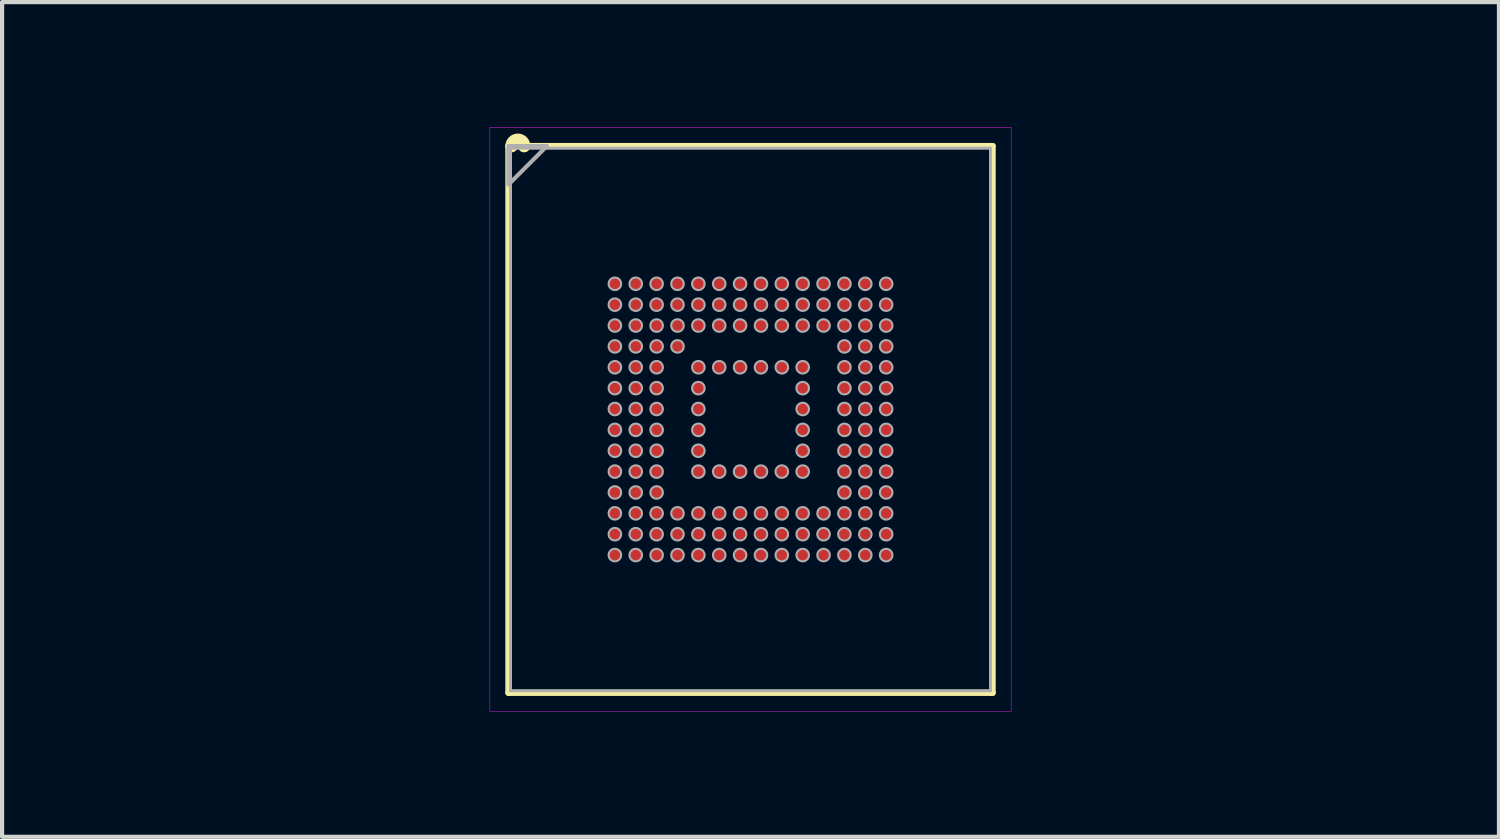
<source format=kicad_pcb>
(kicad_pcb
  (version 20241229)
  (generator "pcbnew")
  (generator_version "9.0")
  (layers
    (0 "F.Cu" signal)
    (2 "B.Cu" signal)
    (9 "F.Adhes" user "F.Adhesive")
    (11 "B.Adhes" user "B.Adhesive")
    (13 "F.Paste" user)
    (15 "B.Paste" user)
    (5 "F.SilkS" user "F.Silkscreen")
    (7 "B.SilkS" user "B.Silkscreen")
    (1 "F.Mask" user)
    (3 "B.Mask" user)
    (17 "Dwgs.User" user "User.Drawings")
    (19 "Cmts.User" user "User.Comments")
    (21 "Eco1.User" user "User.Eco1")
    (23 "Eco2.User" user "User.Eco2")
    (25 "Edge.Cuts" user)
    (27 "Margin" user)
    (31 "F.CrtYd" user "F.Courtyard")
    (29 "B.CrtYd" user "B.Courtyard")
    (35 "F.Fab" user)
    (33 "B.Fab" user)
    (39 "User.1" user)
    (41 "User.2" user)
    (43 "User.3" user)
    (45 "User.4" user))
  (footprint "BGA-153(11.5X13)(EMMC-BA)"
    (layer "F.Cu")
    (at 14.933 7)
    (property "Reference" "BGA-153(11.5X13)(EMMC-BA)" (at 0 0 0) (layer "F.Mask") (effects (font (size 1.275 1.275) (thickness 0.225))))
    (fp_line (start -5.75 -6.5) (end 5.75 -6.5) (stroke (width 0.07) (type solid)) (layer "F.Mask"))
    (fp_line (start -5.75 6.5) (end -5.75 -6.5) (stroke (width 0.07) (type solid)) (layer "F.Mask"))
    (fp_line (start -5.1 -5.8) (end -4.9 -5.6) (stroke (width 0.1) (type solid)) (layer "F.Mask"))
    (fp_line (start -4.9 -5.6) (end -4.7 -5.8) (stroke (width 0.1) (type solid)) (layer "F.Mask"))
    (fp_line (start -4.7 -5.8) (end -5.1 -5.8) (stroke (width 0.1) (type solid)) (layer "F.Mask"))
    (fp_line (start 5.75 -6.5) (end 5.75 6.5) (stroke (width 0.07) (type solid)) (layer "F.Mask"))
    (fp_line (start 5.75 6.5) (end -5.75 6.5) (stroke (width 0.07) (type solid)) (layer "F.Mask"))
    (fp_circle (center -3.25 -3.25) (end -3.148 -3.25) (stroke (width 0.203) (type solid)) (fill no) (layer "F.Mask"))
    (fp_circle (center -3.25 -2.75) (end -3.148 -2.75) (stroke (width 0.203) (type solid)) (fill no) (layer "F.Mask"))
    (fp_circle (center -3.25 -2.25) (end -3.148 -2.25) (stroke (width 0.203) (type solid)) (fill no) (layer "F.Mask"))
    (fp_circle (center -3.25 -1.75) (end -3.148 -1.75) (stroke (width 0.203) (type solid)) (fill no) (layer "F.Mask"))
    (fp_circle (center -3.25 -1.25) (end -3.148 -1.25) (stroke (width 0.203) (type solid)) (fill no) (layer "F.Mask"))
    (fp_circle (center -3.25 -0.75) (end -3.148 -0.75) (stroke (width 0.203) (type solid)) (fill no) (layer "F.Mask"))
    (fp_circle (center -3.25 -0.25) (end -3.148 -0.25) (stroke (width 0.203) (type solid)) (fill no) (layer "F.Mask"))
    (fp_circle (center -3.25 0.25) (end -3.148 0.25) (stroke (width 0.203) (type solid)) (fill no) (layer "F.Mask"))
    (fp_circle (center -3.25 0.75) (end -3.148 0.75) (stroke (width 0.203) (type solid)) (fill no) (layer "F.Mask"))
    (fp_circle (center -3.25 1.25) (end -3.148 1.25) (stroke (width 0.203) (type solid)) (fill no) (layer "F.Mask"))
    (fp_circle (center -3.25 1.75) (end -3.148 1.75) (stroke (width 0.203) (type solid)) (fill no) (layer "F.Mask"))
    (fp_circle (center -3.25 2.25) (end -3.148 2.25) (stroke (width 0.203) (type solid)) (fill no) (layer "F.Mask"))
    (fp_circle (center -3.25 2.75) (end -3.148 2.75) (stroke (width 0.203) (type solid)) (fill no) (layer "F.Mask"))
    (fp_circle (center -3.25 3.25) (end -3.148 3.25) (stroke (width 0.203) (type solid)) (fill no) (layer "F.Mask"))
    (fp_circle (center -2.75 -3.25) (end -2.648 -3.25) (stroke (width 0.203) (type solid)) (fill no) (layer "F.Mask"))
    (fp_circle (center -2.75 -2.75) (end -2.648 -2.75) (stroke (width 0.203) (type solid)) (fill no) (layer "F.Mask"))
    (fp_circle (center -2.75 -2.25) (end -2.648 -2.25) (stroke (width 0.203) (type solid)) (fill no) (layer "F.Mask"))
    (fp_circle (center -2.75 -1.75) (end -2.648 -1.75) (stroke (width 0.203) (type solid)) (fill no) (layer "F.Mask"))
    (fp_circle (center -2.75 -1.25) (end -2.648 -1.25) (stroke (width 0.203) (type solid)) (fill no) (layer "F.Mask"))
    (fp_circle (center -2.75 -0.75) (end -2.648 -0.75) (stroke (width 0.203) (type solid)) (fill no) (layer "F.Mask"))
    (fp_circle (center -2.75 -0.25) (end -2.648 -0.25) (stroke (width 0.203) (type solid)) (fill no) (layer "F.Mask"))
    (fp_circle (center -2.75 0.25) (end -2.648 0.25) (stroke (width 0.203) (type solid)) (fill no) (layer "F.Mask"))
    (fp_circle (center -2.75 0.75) (end -2.648 0.75) (stroke (width 0.203) (type solid)) (fill no) (layer "F.Mask"))
    (fp_circle (center -2.75 1.25) (end -2.648 1.25) (stroke (width 0.203) (type solid)) (fill no) (layer "F.Mask"))
    (fp_circle (center -2.75 1.75) (end -2.648 1.75) (stroke (width 0.203) (type solid)) (fill no) (layer "F.Mask"))
    (fp_circle (center -2.75 2.25) (end -2.648 2.25) (stroke (width 0.203) (type solid)) (fill no) (layer "F.Mask"))
    (fp_circle (center -2.75 2.75) (end -2.648 2.75) (stroke (width 0.203) (type solid)) (fill no) (layer "F.Mask"))
    (fp_circle (center -2.75 3.25) (end -2.648 3.25) (stroke (width 0.203) (type solid)) (fill no) (layer "F.Mask"))
    (fp_circle (center -2.25 -3.25) (end -2.148 -3.25) (stroke (width 0.203) (type solid)) (fill no) (layer "F.Mask"))
    (fp_circle (center -2.25 -2.75) (end -2.148 -2.75) (stroke (width 0.203) (type solid)) (fill no) (layer "F.Mask"))
    (fp_circle (center -2.25 -2.25) (end -2.148 -2.25) (stroke (width 0.203) (type solid)) (fill no) (layer "F.Mask"))
    (fp_circle (center -2.25 -1.75) (end -2.148 -1.75) (stroke (width 0.203) (type solid)) (fill no) (layer "F.Mask"))
    (fp_circle (center -2.25 -1.25) (end -2.148 -1.25) (stroke (width 0.203) (type solid)) (fill no) (layer "F.Mask"))
    (fp_circle (center -2.25 -0.75) (end -2.148 -0.75) (stroke (width 0.203) (type solid)) (fill no) (layer "F.Mask"))
    (fp_circle (center -2.25 -0.25) (end -2.148 -0.25) (stroke (width 0.203) (type solid)) (fill no) (layer "F.Mask"))
    (fp_circle (center -2.25 0.25) (end -2.148 0.25) (stroke (width 0.203) (type solid)) (fill no) (layer "F.Mask"))
    (fp_circle (center -2.25 0.75) (end -2.148 0.75) (stroke (width 0.203) (type solid)) (fill no) (layer "F.Mask"))
    (fp_circle (center -2.25 1.25) (end -2.148 1.25) (stroke (width 0.203) (type solid)) (fill no) (layer "F.Mask"))
    (fp_circle (center -2.25 1.75) (end -2.148 1.75) (stroke (width 0.203) (type solid)) (fill no) (layer "F.Mask"))
    (fp_circle (center -2.25 2.25) (end -2.148 2.25) (stroke (width 0.203) (type solid)) (fill no) (layer "F.Mask"))
    (fp_circle (center -2.25 2.75) (end -2.148 2.75) (stroke (width 0.203) (type solid)) (fill no) (layer "F.Mask"))
    (fp_circle (center -2.25 3.25) (end -2.148 3.25) (stroke (width 0.203) (type solid)) (fill no) (layer "F.Mask"))
    (fp_circle (center -1.75 -3.25) (end -1.648 -3.25) (stroke (width 0.203) (type solid)) (fill no) (layer "F.Mask"))
    (fp_circle (center -1.75 -2.75) (end -1.648 -2.75) (stroke (width 0.203) (type solid)) (fill no) (layer "F.Mask"))
    (fp_circle (center -1.75 -2.25) (end -1.648 -2.25) (stroke (width 0.203) (type solid)) (fill no) (layer "F.Mask"))
    (fp_circle (center -1.75 -1.75) (end -1.648 -1.75) (stroke (width 0.203) (type solid)) (fill no) (layer "F.Mask"))
    (fp_circle (center -1.75 2.25) (end -1.648 2.25) (stroke (width 0.203) (type solid)) (fill no) (layer "F.Mask"))
    (fp_circle (center -1.75 2.75) (end -1.648 2.75) (stroke (width 0.203) (type solid)) (fill no) (layer "F.Mask"))
    (fp_circle (center -1.75 3.25) (end -1.648 3.25) (stroke (width 0.203) (type solid)) (fill no) (layer "F.Mask"))
    (fp_circle (center -1.25 -3.25) (end -1.148 -3.25) (stroke (width 0.203) (type solid)) (fill no) (layer "F.Mask"))
    (fp_circle (center -1.25 -2.75) (end -1.148 -2.75) (stroke (width 0.203) (type solid)) (fill no) (layer "F.Mask"))
    (fp_circle (center -1.25 -2.25) (end -1.148 -2.25) (stroke (width 0.203) (type solid)) (fill no) (layer "F.Mask"))
    (fp_circle (center -1.25 -1.25) (end -1.148 -1.25) (stroke (width 0.203) (type solid)) (fill no) (layer "F.Mask"))
    (fp_circle (center -1.25 -0.75) (end -1.148 -0.75) (stroke (width 0.203) (type solid)) (fill no) (layer "F.Mask"))
    (fp_circle (center -1.25 -0.25) (end -1.148 -0.25) (stroke (width 0.203) (type solid)) (fill no) (layer "F.Mask"))
    (fp_circle (center -1.25 0.25) (end -1.148 0.25) (stroke (width 0.203) (type solid)) (fill no) (layer "F.Mask"))
    (fp_circle (center -1.25 0.75) (end -1.148 0.75) (stroke (width 0.203) (type solid)) (fill no) (layer "F.Mask"))
    (fp_circle (center -1.25 1.25) (end -1.148 1.25) (stroke (width 0.203) (type solid)) (fill no) (layer "F.Mask"))
    (fp_circle (center -1.25 2.25) (end -1.148 2.25) (stroke (width 0.203) (type solid)) (fill no) (layer "F.Mask"))
    (fp_circle (center -1.25 2.75) (end -1.148 2.75) (stroke (width 0.203) (type solid)) (fill no) (layer "F.Mask"))
    (fp_circle (center -1.25 3.25) (end -1.148 3.25) (stroke (width 0.203) (type solid)) (fill no) (layer "F.Mask"))
    (fp_circle (center -0.75 -3.25) (end -0.648 -3.25) (stroke (width 0.203) (type solid)) (fill no) (layer "F.Mask"))
    (fp_circle (center -0.75 -2.75) (end -0.648 -2.75) (stroke (width 0.203) (type solid)) (fill no) (layer "F.Mask"))
    (fp_circle (center -0.75 -2.25) (end -0.648 -2.25) (stroke (width 0.203) (type solid)) (fill no) (layer "F.Mask"))
    (fp_circle (center -0.75 -1.25) (end -0.648 -1.25) (stroke (width 0.203) (type solid)) (fill no) (layer "F.Mask"))
    (fp_circle (center -0.75 1.25) (end -0.648 1.25) (stroke (width 0.203) (type solid)) (fill no) (layer "F.Mask"))
    (fp_circle (center -0.75 2.25) (end -0.648 2.25) (stroke (width 0.203) (type solid)) (fill no) (layer "F.Mask"))
    (fp_circle (center -0.75 2.75) (end -0.648 2.75) (stroke (width 0.203) (type solid)) (fill no) (layer "F.Mask"))
    (fp_circle (center -0.75 3.25) (end -0.648 3.25) (stroke (width 0.203) (type solid)) (fill no) (layer "F.Mask"))
    (fp_circle (center -0.25 -3.25) (end -0.148 -3.25) (stroke (width 0.203) (type solid)) (fill no) (layer "F.Mask"))
    (fp_circle (center -0.25 -2.75) (end -0.148 -2.75) (stroke (width 0.203) (type solid)) (fill no) (layer "F.Mask"))
    (fp_circle (center -0.25 -2.25) (end -0.148 -2.25) (stroke (width 0.203) (type solid)) (fill no) (layer "F.Mask"))
    (fp_circle (center -0.25 -1.25) (end -0.148 -1.25) (stroke (width 0.203) (type solid)) (fill no) (layer "F.Mask"))
    (fp_circle (center -0.25 1.25) (end -0.148 1.25) (stroke (width 0.203) (type solid)) (fill no) (layer "F.Mask"))
    (fp_circle (center -0.25 2.25) (end -0.148 2.25) (stroke (width 0.203) (type solid)) (fill no) (layer "F.Mask"))
    (fp_circle (center -0.25 2.75) (end -0.148 2.75) (stroke (width 0.203) (type solid)) (fill no) (layer "F.Mask"))
    (fp_circle (center -0.25 3.25) (end -0.148 3.25) (stroke (width 0.203) (type solid)) (fill no) (layer "F.Mask"))
    (fp_circle (center 0.25 -3.25) (end 0.352 -3.25) (stroke (width 0.203) (type solid)) (fill no) (layer "F.Mask"))
    (fp_circle (center 0.25 -2.75) (end 0.352 -2.75) (stroke (width 0.203) (type solid)) (fill no) (layer "F.Mask"))
    (fp_circle (center 0.25 -2.25) (end 0.352 -2.25) (stroke (width 0.203) (type solid)) (fill no) (layer "F.Mask"))
    (fp_circle (center 0.25 -1.25) (end 0.352 -1.25) (stroke (width 0.203) (type solid)) (fill no) (layer "F.Mask"))
    (fp_circle (center 0.25 1.25) (end 0.352 1.25) (stroke (width 0.203) (type solid)) (fill no) (layer "F.Mask"))
    (fp_circle (center 0.25 2.25) (end 0.352 2.25) (stroke (width 0.203) (type solid)) (fill no) (layer "F.Mask"))
    (fp_circle (center 0.25 2.75) (end 0.352 2.75) (stroke (width 0.203) (type solid)) (fill no) (layer "F.Mask"))
    (fp_circle (center 0.25 3.25) (end 0.352 3.25) (stroke (width 0.203) (type solid)) (fill no) (layer "F.Mask"))
    (fp_circle (center 0.75 -3.25) (end 0.852 -3.25) (stroke (width 0.203) (type solid)) (fill no) (layer "F.Mask"))
    (fp_circle (center 0.75 -2.75) (end 0.852 -2.75) (stroke (width 0.203) (type solid)) (fill no) (layer "F.Mask"))
    (fp_circle (center 0.75 -2.25) (end 0.852 -2.25) (stroke (width 0.203) (type solid)) (fill no) (layer "F.Mask"))
    (fp_circle (center 0.75 -1.25) (end 0.852 -1.25) (stroke (width 0.203) (type solid)) (fill no) (layer "F.Mask"))
    (fp_circle (center 0.75 1.25) (end 0.852 1.25) (stroke (width 0.203) (type solid)) (fill no) (layer "F.Mask"))
    (fp_circle (center 0.75 2.25) (end 0.852 2.25) (stroke (width 0.203) (type solid)) (fill no) (layer "F.Mask"))
    (fp_circle (center 0.75 2.75) (end 0.852 2.75) (stroke (width 0.203) (type solid)) (fill no) (layer "F.Mask"))
    (fp_circle (center 0.75 3.25) (end 0.852 3.25) (stroke (width 0.203) (type solid)) (fill no) (layer "F.Mask"))
    (fp_circle (center 1.25 -3.25) (end 1.352 -3.25) (stroke (width 0.203) (type solid)) (fill no) (layer "F.Mask"))
    (fp_circle (center 1.25 -2.75) (end 1.352 -2.75) (stroke (width 0.203) (type solid)) (fill no) (layer "F.Mask"))
    (fp_circle (center 1.25 -2.25) (end 1.352 -2.25) (stroke (width 0.203) (type solid)) (fill no) (layer "F.Mask"))
    (fp_circle (center 1.25 -1.25) (end 1.352 -1.25) (stroke (width 0.203) (type solid)) (fill no) (layer "F.Mask"))
    (fp_circle (center 1.25 -0.75) (end 1.352 -0.75) (stroke (width 0.203) (type solid)) (fill no) (layer "F.Mask"))
    (fp_circle (center 1.25 -0.25) (end 1.352 -0.25) (stroke (width 0.203) (type solid)) (fill no) (layer "F.Mask"))
    (fp_circle (center 1.25 0.25) (end 1.352 0.25) (stroke (width 0.203) (type solid)) (fill no) (layer "F.Mask"))
    (fp_circle (center 1.25 0.75) (end 1.352 0.75) (stroke (width 0.203) (type solid)) (fill no) (layer "F.Mask"))
    (fp_circle (center 1.25 1.25) (end 1.352 1.25) (stroke (width 0.203) (type solid)) (fill no) (layer "F.Mask"))
    (fp_circle (center 1.25 2.25) (end 1.352 2.25) (stroke (width 0.203) (type solid)) (fill no) (layer "F.Mask"))
    (fp_circle (center 1.25 2.75) (end 1.352 2.75) (stroke (width 0.203) (type solid)) (fill no) (layer "F.Mask"))
    (fp_circle (center 1.25 3.25) (end 1.352 3.25) (stroke (width 0.203) (type solid)) (fill no) (layer "F.Mask"))
    (fp_circle (center 1.75 -3.25) (end 1.852 -3.25) (stroke (width 0.203) (type solid)) (fill no) (layer "F.Mask"))
    (fp_circle (center 1.75 -2.75) (end 1.852 -2.75) (stroke (width 0.203) (type solid)) (fill no) (layer "F.Mask"))
    (fp_circle (center 1.75 -2.25) (end 1.852 -2.25) (stroke (width 0.203) (type solid)) (fill no) (layer "F.Mask"))
    (fp_circle (center 1.75 2.25) (end 1.852 2.25) (stroke (width 0.203) (type solid)) (fill no) (layer "F.Mask"))
    (fp_circle (center 1.75 2.75) (end 1.852 2.75) (stroke (width 0.203) (type solid)) (fill no) (layer "F.Mask"))
    (fp_circle (center 1.75 3.25) (end 1.852 3.25) (stroke (width 0.203) (type solid)) (fill no) (layer "F.Mask"))
    (fp_circle (center 2.25 -3.25) (end 2.352 -3.25) (stroke (width 0.203) (type solid)) (fill no) (layer "F.Mask"))
    (fp_circle (center 2.25 -2.75) (end 2.352 -2.75) (stroke (width 0.203) (type solid)) (fill no) (layer "F.Mask"))
    (fp_circle (center 2.25 -2.25) (end 2.352 -2.25) (stroke (width 0.203) (type solid)) (fill no) (layer "F.Mask"))
    (fp_circle (center 2.25 -1.75) (end 2.352 -1.75) (stroke (width 0.203) (type solid)) (fill no) (layer "F.Mask"))
    (fp_circle (center 2.25 -1.25) (end 2.352 -1.25) (stroke (width 0.203) (type solid)) (fill no) (layer "F.Mask"))
    (fp_circle (center 2.25 -0.75) (end 2.352 -0.75) (stroke (width 0.203) (type solid)) (fill no) (layer "F.Mask"))
    (fp_circle (center 2.25 -0.25) (end 2.352 -0.25) (stroke (width 0.203) (type solid)) (fill no) (layer "F.Mask"))
    (fp_circle (center 2.25 0.25) (end 2.352 0.25) (stroke (width 0.203) (type solid)) (fill no) (layer "F.Mask"))
    (fp_circle (center 2.25 0.75) (end 2.352 0.75) (stroke (width 0.203) (type solid)) (fill no) (layer "F.Mask"))
    (fp_circle (center 2.25 1.25) (end 2.352 1.25) (stroke (width 0.203) (type solid)) (fill no) (layer "F.Mask"))
    (fp_circle (center 2.25 1.75) (end 2.352 1.75) (stroke (width 0.203) (type solid)) (fill no) (layer "F.Mask"))
    (fp_circle (center 2.25 2.25) (end 2.352 2.25) (stroke (width 0.203) (type solid)) (fill no) (layer "F.Mask"))
    (fp_circle (center 2.25 2.75) (end 2.352 2.75) (stroke (width 0.203) (type solid)) (fill no) (layer "F.Mask"))
    (fp_circle (center 2.25 3.25) (end 2.352 3.25) (stroke (width 0.203) (type solid)) (fill no) (layer "F.Mask"))
    (fp_circle (center 2.75 -3.25) (end 2.852 -3.25) (stroke (width 0.203) (type solid)) (fill no) (layer "F.Mask"))
    (fp_circle (center 2.75 -2.75) (end 2.852 -2.75) (stroke (width 0.203) (type solid)) (fill no) (layer "F.Mask"))
    (fp_circle (center 2.75 -2.25) (end 2.852 -2.25) (stroke (width 0.203) (type solid)) (fill no) (layer "F.Mask"))
    (fp_circle (center 2.75 -1.75) (end 2.852 -1.75) (stroke (width 0.203) (type solid)) (fill no) (layer "F.Mask"))
    (fp_circle (center 2.75 -1.25) (end 2.852 -1.25) (stroke (width 0.203) (type solid)) (fill no) (layer "F.Mask"))
    (fp_circle (center 2.75 -0.75) (end 2.852 -0.75) (stroke (width 0.203) (type solid)) (fill no) (layer "F.Mask"))
    (fp_circle (center 2.75 -0.25) (end 2.852 -0.25) (stroke (width 0.203) (type solid)) (fill no) (layer "F.Mask"))
    (fp_circle (center 2.75 0.25) (end 2.852 0.25) (stroke (width 0.203) (type solid)) (fill no) (layer "F.Mask"))
    (fp_circle (center 2.75 0.75) (end 2.852 0.75) (stroke (width 0.203) (type solid)) (fill no) (layer "F.Mask"))
    (fp_circle (center 2.75 1.25) (end 2.852 1.25) (stroke (width 0.203) (type solid)) (fill no) (layer "F.Mask"))
    (fp_circle (center 2.75 1.75) (end 2.852 1.75) (stroke (width 0.203) (type solid)) (fill no) (layer "F.Mask"))
    (fp_circle (center 2.75 2.25) (end 2.852 2.25) (stroke (width 0.203) (type solid)) (fill no) (layer "F.Mask"))
    (fp_circle (center 2.75 2.75) (end 2.852 2.75) (stroke (width 0.203) (type solid)) (fill no) (layer "F.Mask"))
    (fp_circle (center 2.75 3.25) (end 2.852 3.25) (stroke (width 0.203) (type solid)) (fill no) (layer "F.Mask"))
    (fp_circle (center 3.25 -3.25) (end 3.352 -3.25) (stroke (width 0.203) (type solid)) (fill no) (layer "F.Mask"))
    (fp_circle (center 3.25 -2.75) (end 3.352 -2.75) (stroke (width 0.203) (type solid)) (fill no) (layer "F.Mask"))
    (fp_circle (center 3.25 -2.25) (end 3.352 -2.25) (stroke (width 0.203) (type solid)) (fill no) (layer "F.Mask"))
    (fp_circle (center 3.25 -1.75) (end 3.352 -1.75) (stroke (width 0.203) (type solid)) (fill no) (layer "F.Mask"))
    (fp_circle (center 3.25 -1.25) (end 3.352 -1.25) (stroke (width 0.203) (type solid)) (fill no) (layer "F.Mask"))
    (fp_circle (center 3.25 -0.75) (end 3.352 -0.75) (stroke (width 0.203) (type solid)) (fill no) (layer "F.Mask"))
    (fp_circle (center 3.25 -0.25) (end 3.352 -0.25) (stroke (width 0.203) (type solid)) (fill no) (layer "F.Mask"))
    (fp_circle (center 3.25 0.25) (end 3.352 0.25) (stroke (width 0.203) (type solid)) (fill no) (layer "F.Mask"))
    (fp_circle (center 3.25 0.75) (end 3.352 0.75) (stroke (width 0.203) (type solid)) (fill no) (layer "F.Mask"))
    (fp_circle (center 3.25 1.25) (end 3.352 1.25) (stroke (width 0.203) (type solid)) (fill no) (layer "F.Mask"))
    (fp_circle (center 3.25 1.75) (end 3.352 1.75) (stroke (width 0.203) (type solid)) (fill no) (layer "F.Mask"))
    (fp_circle (center 3.25 2.25) (end 3.352 2.25) (stroke (width 0.203) (type solid)) (fill no) (layer "F.Mask"))
    (fp_circle (center 3.25 2.75) (end 3.352 2.75) (stroke (width 0.203) (type solid)) (fill no) (layer "F.Mask"))
    (fp_circle (center 3.25 3.25) (end 3.352 3.25) (stroke (width 0.203) (type solid)) (fill no) (layer "F.Mask"))
    (fp_poly (pts (xy -5.8 -5.629) (xy -5.8 -6.55) (xy -4.879 -6.55)) (stroke (width 0.1) (type solid)) (fill no) (layer "F.Mask"))
    (fp_line (start -5.8 -6.55) (end -5.725 -6.55) (stroke (width 0.15) (type solid)) (layer "F.SilkS"))
    (fp_line (start -5.8 6.55) (end -5.8 -6.55) (stroke (width 0.15) (type solid)) (layer "F.SilkS"))
    (fp_line (start -5.725 -6.55) (end -5.425 -6.55) (stroke (width 0.15) (type solid)) (layer "F.SilkS"))
    (fp_line (start -5.425 -6.55) (end 5.8 -6.55) (stroke (width 0.15) (type solid)) (layer "F.SilkS"))
    (fp_line (start 5.8 -6.55) (end 5.8 6.55) (stroke (width 0.15) (type solid)) (layer "F.SilkS"))
    (fp_line (start 5.8 6.55) (end -5.8 6.55) (stroke (width 0.15) (type solid)) (layer "F.SilkS"))
    (fp_arc (start -5.725 -6.55) (mid -5.575 -6.7) (end -5.425 -6.55) (stroke (width 0.3) (type solid)) (layer "F.SilkS"))
    (fp_line (start -6.245 -6.995) (end -6.245 6.995) (stroke (width 0.01) (type solid)) (layer "F.CrtYd"))
    (fp_line (start -6.245 6.995) (end 6.245 6.995) (stroke (width 0.01) (type solid)) (layer "F.CrtYd"))
    (fp_line (start 6.245 -6.995) (end -6.245 -6.995) (stroke (width 0.01) (type solid)) (layer "F.CrtYd"))
    (fp_line (start 6.245 6.995) (end 6.245 -6.995) (stroke (width 0.01) (type solid)) (layer "F.CrtYd"))
    (fp_line (start -5.75 -6.5) (end 5.75 -6.5) (stroke (width 0.07) (type solid)) (layer "F.Fab"))
    (fp_line (start -5.75 6.5) (end -5.75 -6.5) (stroke (width 0.07) (type solid)) (layer "F.Fab"))
    (fp_line (start 5.75 -6.5) (end 5.75 6.5) (stroke (width 0.07) (type solid)) (layer "F.Fab"))
    (fp_line (start 5.75 6.5) (end -5.75 6.5) (stroke (width 0.07) (type solid)) (layer "F.Fab"))
    (fp_circle (center -3.25 -3.25) (end -3.1 -3.25) (stroke (width 0.05) (type solid)) (fill no) (layer "F.Fab"))
    (fp_circle (center -3.25 -2.75) (end -3.1 -2.75) (stroke (width 0.05) (type solid)) (fill no) (layer "F.Fab"))
    (fp_circle (center -3.25 -2.25) (end -3.1 -2.25) (stroke (width 0.05) (type solid)) (fill no) (layer "F.Fab"))
    (fp_circle (center -3.25 -1.75) (end -3.1 -1.75) (stroke (width 0.05) (type solid)) (fill no) (layer "F.Fab"))
    (fp_circle (center -3.25 -1.25) (end -3.1 -1.25) (stroke (width 0.05) (type solid)) (fill no) (layer "F.Fab"))
    (fp_circle (center -3.25 -0.75) (end -3.1 -0.75) (stroke (width 0.05) (type solid)) (fill no) (layer "F.Fab"))
    (fp_circle (center -3.25 -0.25) (end -3.1 -0.25) (stroke (width 0.05) (type solid)) (fill no) (layer "F.Fab"))
    (fp_circle (center -3.25 0.25) (end -3.1 0.25) (stroke (width 0.05) (type solid)) (fill no) (layer "F.Fab"))
    (fp_circle (center -3.25 0.75) (end -3.1 0.75) (stroke (width 0.05) (type solid)) (fill no) (layer "F.Fab"))
    (fp_circle (center -3.25 1.25) (end -3.1 1.25) (stroke (width 0.05) (type solid)) (fill no) (layer "F.Fab"))
    (fp_circle (center -3.25 1.75) (end -3.1 1.75) (stroke (width 0.05) (type solid)) (fill no) (layer "F.Fab"))
    (fp_circle (center -3.25 2.25) (end -3.1 2.25) (stroke (width 0.05) (type solid)) (fill no) (layer "F.Fab"))
    (fp_circle (center -3.25 2.75) (end -3.1 2.75) (stroke (width 0.05) (type solid)) (fill no) (layer "F.Fab"))
    (fp_circle (center -3.25 3.25) (end -3.1 3.25) (stroke (width 0.05) (type solid)) (fill no) (layer "F.Fab"))
    (fp_circle (center -2.75 -3.25) (end -2.6 -3.25) (stroke (width 0.05) (type solid)) (fill no) (layer "F.Fab"))
    (fp_circle (center -2.75 -2.75) (end -2.6 -2.75) (stroke (width 0.05) (type solid)) (fill no) (layer "F.Fab"))
    (fp_circle (center -2.75 -2.25) (end -2.6 -2.25) (stroke (width 0.05) (type solid)) (fill no) (layer "F.Fab"))
    (fp_circle (center -2.75 -1.75) (end -2.6 -1.75) (stroke (width 0.05) (type solid)) (fill no) (layer "F.Fab"))
    (fp_circle (center -2.75 -1.25) (end -2.6 -1.25) (stroke (width 0.05) (type solid)) (fill no) (layer "F.Fab"))
    (fp_circle (center -2.75 -0.75) (end -2.6 -0.75) (stroke (width 0.05) (type solid)) (fill no) (layer "F.Fab"))
    (fp_circle (center -2.75 -0.25) (end -2.6 -0.25) (stroke (width 0.05) (type solid)) (fill no) (layer "F.Fab"))
    (fp_circle (center -2.75 0.25) (end -2.6 0.25) (stroke (width 0.05) (type solid)) (fill no) (layer "F.Fab"))
    (fp_circle (center -2.75 0.75) (end -2.6 0.75) (stroke (width 0.05) (type solid)) (fill no) (layer "F.Fab"))
    (fp_circle (center -2.75 1.25) (end -2.6 1.25) (stroke (width 0.05) (type solid)) (fill no) (layer "F.Fab"))
    (fp_circle (center -2.75 1.75) (end -2.6 1.75) (stroke (width 0.05) (type solid)) (fill no) (layer "F.Fab"))
    (fp_circle (center -2.75 2.25) (end -2.6 2.25) (stroke (width 0.05) (type solid)) (fill no) (layer "F.Fab"))
    (fp_circle (center -2.75 2.75) (end -2.6 2.75) (stroke (width 0.05) (type solid)) (fill no) (layer "F.Fab"))
    (fp_circle (center -2.75 3.25) (end -2.6 3.25) (stroke (width 0.05) (type solid)) (fill no) (layer "F.Fab"))
    (fp_circle (center -2.25 -3.25) (end -2.1 -3.25) (stroke (width 0.05) (type solid)) (fill no) (layer "F.Fab"))
    (fp_circle (center -2.25 -2.75) (end -2.1 -2.75) (stroke (width 0.05) (type solid)) (fill no) (layer "F.Fab"))
    (fp_circle (center -2.25 -2.25) (end -2.1 -2.25) (stroke (width 0.05) (type solid)) (fill no) (layer "F.Fab"))
    (fp_circle (center -2.25 -1.75) (end -2.1 -1.75) (stroke (width 0.05) (type solid)) (fill no) (layer "F.Fab"))
    (fp_circle (center -2.25 -1.25) (end -2.1 -1.25) (stroke (width 0.05) (type solid)) (fill no) (layer "F.Fab"))
    (fp_circle (center -2.25 -0.75) (end -2.1 -0.75) (stroke (width 0.05) (type solid)) (fill no) (layer "F.Fab"))
    (fp_circle (center -2.25 -0.25) (end -2.1 -0.25) (stroke (width 0.05) (type solid)) (fill no) (layer "F.Fab"))
    (fp_circle (center -2.25 0.25) (end -2.1 0.25) (stroke (width 0.05) (type solid)) (fill no) (layer "F.Fab"))
    (fp_circle (center -2.25 0.75) (end -2.1 0.75) (stroke (width 0.05) (type solid)) (fill no) (layer "F.Fab"))
    (fp_circle (center -2.25 1.25) (end -2.1 1.25) (stroke (width 0.05) (type solid)) (fill no) (layer "F.Fab"))
    (fp_circle (center -2.25 1.75) (end -2.1 1.75) (stroke (width 0.05) (type solid)) (fill no) (layer "F.Fab"))
    (fp_circle (center -2.25 2.25) (end -2.1 2.25) (stroke (width 0.05) (type solid)) (fill no) (layer "F.Fab"))
    (fp_circle (center -2.25 2.75) (end -2.1 2.75) (stroke (width 0.05) (type solid)) (fill no) (layer "F.Fab"))
    (fp_circle (center -2.25 3.25) (end -2.1 3.25) (stroke (width 0.05) (type solid)) (fill no) (layer "F.Fab"))
    (fp_circle (center -1.75 -3.25) (end -1.6 -3.25) (stroke (width 0.05) (type solid)) (fill no) (layer "F.Fab"))
    (fp_circle (center -1.75 -2.75) (end -1.6 -2.75) (stroke (width 0.05) (type solid)) (fill no) (layer "F.Fab"))
    (fp_circle (center -1.75 -2.25) (end -1.6 -2.25) (stroke (width 0.05) (type solid)) (fill no) (layer "F.Fab"))
    (fp_circle (center -1.75 -1.75) (end -1.6 -1.75) (stroke (width 0.05) (type solid)) (fill no) (layer "F.Fab"))
    (fp_circle (center -1.75 2.25) (end -1.6 2.25) (stroke (width 0.05) (type solid)) (fill no) (layer "F.Fab"))
    (fp_circle (center -1.75 2.75) (end -1.6 2.75) (stroke (width 0.05) (type solid)) (fill no) (layer "F.Fab"))
    (fp_circle (center -1.75 3.25) (end -1.6 3.25) (stroke (width 0.05) (type solid)) (fill no) (layer "F.Fab"))
    (fp_circle (center -1.25 -3.25) (end -1.1 -3.25) (stroke (width 0.05) (type solid)) (fill no) (layer "F.Fab"))
    (fp_circle (center -1.25 -2.75) (end -1.1 -2.75) (stroke (width 0.05) (type solid)) (fill no) (layer "F.Fab"))
    (fp_circle (center -1.25 -2.25) (end -1.1 -2.25) (stroke (width 0.05) (type solid)) (fill no) (layer "F.Fab"))
    (fp_circle (center -1.25 -1.25) (end -1.1 -1.25) (stroke (width 0.05) (type solid)) (fill no) (layer "F.Fab"))
    (fp_circle (center -1.25 -0.75) (end -1.1 -0.75) (stroke (width 0.05) (type solid)) (fill no) (layer "F.Fab"))
    (fp_circle (center -1.25 -0.25) (end -1.1 -0.25) (stroke (width 0.05) (type solid)) (fill no) (layer "F.Fab"))
    (fp_circle (center -1.25 0.25) (end -1.1 0.25) (stroke (width 0.05) (type solid)) (fill no) (layer "F.Fab"))
    (fp_circle (center -1.25 0.75) (end -1.1 0.75) (stroke (width 0.05) (type solid)) (fill no) (layer "F.Fab"))
    (fp_circle (center -1.25 1.25) (end -1.1 1.25) (stroke (width 0.05) (type solid)) (fill no) (layer "F.Fab"))
    (fp_circle (center -1.25 2.25) (end -1.1 2.25) (stroke (width 0.05) (type solid)) (fill no) (layer "F.Fab"))
    (fp_circle (center -1.25 2.75) (end -1.1 2.75) (stroke (width 0.05) (type solid)) (fill no) (layer "F.Fab"))
    (fp_circle (center -1.25 3.25) (end -1.1 3.25) (stroke (width 0.05) (type solid)) (fill no) (layer "F.Fab"))
    (fp_circle (center -0.75 -3.25) (end -0.6 -3.25) (stroke (width 0.05) (type solid)) (fill no) (layer "F.Fab"))
    (fp_circle (center -0.75 -2.75) (end -0.6 -2.75) (stroke (width 0.05) (type solid)) (fill no) (layer "F.Fab"))
    (fp_circle (center -0.75 -2.25) (end -0.6 -2.25) (stroke (width 0.05) (type solid)) (fill no) (layer "F.Fab"))
    (fp_circle (center -0.75 -1.25) (end -0.6 -1.25) (stroke (width 0.05) (type solid)) (fill no) (layer "F.Fab"))
    (fp_circle (center -0.75 1.25) (end -0.6 1.25) (stroke (width 0.05) (type solid)) (fill no) (layer "F.Fab"))
    (fp_circle (center -0.75 2.25) (end -0.6 2.25) (stroke (width 0.05) (type solid)) (fill no) (layer "F.Fab"))
    (fp_circle (center -0.75 2.75) (end -0.6 2.75) (stroke (width 0.05) (type solid)) (fill no) (layer "F.Fab"))
    (fp_circle (center -0.75 3.25) (end -0.6 3.25) (stroke (width 0.05) (type solid)) (fill no) (layer "F.Fab"))
    (fp_circle (center -0.25 -3.25) (end -0.1 -3.25) (stroke (width 0.05) (type solid)) (fill no) (layer "F.Fab"))
    (fp_circle (center -0.25 -2.75) (end -0.1 -2.75) (stroke (width 0.05) (type solid)) (fill no) (layer "F.Fab"))
    (fp_circle (center -0.25 -2.25) (end -0.1 -2.25) (stroke (width 0.05) (type solid)) (fill no) (layer "F.Fab"))
    (fp_circle (center -0.25 -1.25) (end -0.1 -1.25) (stroke (width 0.05) (type solid)) (fill no) (layer "F.Fab"))
    (fp_circle (center -0.25 1.25) (end -0.1 1.25) (stroke (width 0.05) (type solid)) (fill no) (layer "F.Fab"))
    (fp_circle (center -0.25 2.25) (end -0.1 2.25) (stroke (width 0.05) (type solid)) (fill no) (layer "F.Fab"))
    (fp_circle (center -0.25 2.75) (end -0.1 2.75) (stroke (width 0.05) (type solid)) (fill no) (layer "F.Fab"))
    (fp_circle (center -0.25 3.25) (end -0.1 3.25) (stroke (width 0.05) (type solid)) (fill no) (layer "F.Fab"))
    (fp_circle (center 0.25 -3.25) (end 0.4 -3.25) (stroke (width 0.05) (type solid)) (fill no) (layer "F.Fab"))
    (fp_circle (center 0.25 -2.75) (end 0.4 -2.75) (stroke (width 0.05) (type solid)) (fill no) (layer "F.Fab"))
    (fp_circle (center 0.25 -2.25) (end 0.4 -2.25) (stroke (width 0.05) (type solid)) (fill no) (layer "F.Fab"))
    (fp_circle (center 0.25 -1.25) (end 0.4 -1.25) (stroke (width 0.05) (type solid)) (fill no) (layer "F.Fab"))
    (fp_circle (center 0.25 1.25) (end 0.4 1.25) (stroke (width 0.05) (type solid)) (fill no) (layer "F.Fab"))
    (fp_circle (center 0.25 2.25) (end 0.4 2.25) (stroke (width 0.05) (type solid)) (fill no) (layer "F.Fab"))
    (fp_circle (center 0.25 2.75) (end 0.4 2.75) (stroke (width 0.05) (type solid)) (fill no) (layer "F.Fab"))
    (fp_circle (center 0.25 3.25) (end 0.4 3.25) (stroke (width 0.05) (type solid)) (fill no) (layer "F.Fab"))
    (fp_circle (center 0.75 -3.25) (end 0.9 -3.25) (stroke (width 0.05) (type solid)) (fill no) (layer "F.Fab"))
    (fp_circle (center 0.75 -2.75) (end 0.9 -2.75) (stroke (width 0.05) (type solid)) (fill no) (layer "F.Fab"))
    (fp_circle (center 0.75 -2.25) (end 0.9 -2.25) (stroke (width 0.05) (type solid)) (fill no) (layer "F.Fab"))
    (fp_circle (center 0.75 -1.25) (end 0.9 -1.25) (stroke (width 0.05) (type solid)) (fill no) (layer "F.Fab"))
    (fp_circle (center 0.75 1.25) (end 0.9 1.25) (stroke (width 0.05) (type solid)) (fill no) (layer "F.Fab"))
    (fp_circle (center 0.75 2.25) (end 0.9 2.25) (stroke (width 0.05) (type solid)) (fill no) (layer "F.Fab"))
    (fp_circle (center 0.75 2.75) (end 0.9 2.75) (stroke (width 0.05) (type solid)) (fill no) (layer "F.Fab"))
    (fp_circle (center 0.75 3.25) (end 0.9 3.25) (stroke (width 0.05) (type solid)) (fill no) (layer "F.Fab"))
    (fp_circle (center 1.25 -3.25) (end 1.4 -3.25) (stroke (width 0.05) (type solid)) (fill no) (layer "F.Fab"))
    (fp_circle (center 1.25 -2.75) (end 1.4 -2.75) (stroke (width 0.05) (type solid)) (fill no) (layer "F.Fab"))
    (fp_circle (center 1.25 -2.25) (end 1.4 -2.25) (stroke (width 0.05) (type solid)) (fill no) (layer "F.Fab"))
    (fp_circle (center 1.25 -1.25) (end 1.4 -1.25) (stroke (width 0.05) (type solid)) (fill no) (layer "F.Fab"))
    (fp_circle (center 1.25 -0.75) (end 1.4 -0.75) (stroke (width 0.05) (type solid)) (fill no) (layer "F.Fab"))
    (fp_circle (center 1.25 -0.25) (end 1.4 -0.25) (stroke (width 0.05) (type solid)) (fill no) (layer "F.Fab"))
    (fp_circle (center 1.25 0.25) (end 1.4 0.25) (stroke (width 0.05) (type solid)) (fill no) (layer "F.Fab"))
    (fp_circle (center 1.25 0.75) (end 1.4 0.75) (stroke (width 0.05) (type solid)) (fill no) (layer "F.Fab"))
    (fp_circle (center 1.25 1.25) (end 1.4 1.25) (stroke (width 0.05) (type solid)) (fill no) (layer "F.Fab"))
    (fp_circle (center 1.25 2.25) (end 1.4 2.25) (stroke (width 0.05) (type solid)) (fill no) (layer "F.Fab"))
    (fp_circle (center 1.25 2.75) (end 1.4 2.75) (stroke (width 0.05) (type solid)) (fill no) (layer "F.Fab"))
    (fp_circle (center 1.25 3.25) (end 1.4 3.25) (stroke (width 0.05) (type solid)) (fill no) (layer "F.Fab"))
    (fp_circle (center 1.75 -3.25) (end 1.9 -3.25) (stroke (width 0.05) (type solid)) (fill no) (layer "F.Fab"))
    (fp_circle (center 1.75 -2.75) (end 1.9 -2.75) (stroke (width 0.05) (type solid)) (fill no) (layer "F.Fab"))
    (fp_circle (center 1.75 -2.25) (end 1.9 -2.25) (stroke (width 0.05) (type solid)) (fill no) (layer "F.Fab"))
    (fp_circle (center 1.75 2.25) (end 1.9 2.25) (stroke (width 0.05) (type solid)) (fill no) (layer "F.Fab"))
    (fp_circle (center 1.75 2.75) (end 1.9 2.75) (stroke (width 0.05) (type solid)) (fill no) (layer "F.Fab"))
    (fp_circle (center 1.75 3.25) (end 1.9 3.25) (stroke (width 0.05) (type solid)) (fill no) (layer "F.Fab"))
    (fp_circle (center 2.25 -3.25) (end 2.4 -3.25) (stroke (width 0.05) (type solid)) (fill no) (layer "F.Fab"))
    (fp_circle (center 2.25 -2.75) (end 2.4 -2.75) (stroke (width 0.05) (type solid)) (fill no) (layer "F.Fab"))
    (fp_circle (center 2.25 -2.25) (end 2.4 -2.25) (stroke (width 0.05) (type solid)) (fill no) (layer "F.Fab"))
    (fp_circle (center 2.25 -1.75) (end 2.4 -1.75) (stroke (width 0.05) (type solid)) (fill no) (layer "F.Fab"))
    (fp_circle (center 2.25 -1.25) (end 2.4 -1.25) (stroke (width 0.05) (type solid)) (fill no) (layer "F.Fab"))
    (fp_circle (center 2.25 -0.75) (end 2.4 -0.75) (stroke (width 0.05) (type solid)) (fill no) (layer "F.Fab"))
    (fp_circle (center 2.25 -0.25) (end 2.4 -0.25) (stroke (width 0.05) (type solid)) (fill no) (layer "F.Fab"))
    (fp_circle (center 2.25 0.25) (end 2.4 0.25) (stroke (width 0.05) (type solid)) (fill no) (layer "F.Fab"))
    (fp_circle (center 2.25 0.75) (end 2.4 0.75) (stroke (width 0.05) (type solid)) (fill no) (layer "F.Fab"))
    (fp_circle (center 2.25 1.25) (end 2.4 1.25) (stroke (width 0.05) (type solid)) (fill no) (layer "F.Fab"))
    (fp_circle (center 2.25 1.75) (end 2.4 1.75) (stroke (width 0.05) (type solid)) (fill no) (layer "F.Fab"))
    (fp_circle (center 2.25 2.25) (end 2.4 2.25) (stroke (width 0.05) (type solid)) (fill no) (layer "F.Fab"))
    (fp_circle (center 2.25 2.75) (end 2.4 2.75) (stroke (width 0.05) (type solid)) (fill no) (layer "F.Fab"))
    (fp_circle (center 2.25 3.25) (end 2.4 3.25) (stroke (width 0.05) (type solid)) (fill no) (layer "F.Fab"))
    (fp_circle (center 2.75 -3.25) (end 2.9 -3.25) (stroke (width 0.05) (type solid)) (fill no) (layer "F.Fab"))
    (fp_circle (center 2.75 -2.75) (end 2.9 -2.75) (stroke (width 0.05) (type solid)) (fill no) (layer "F.Fab"))
    (fp_circle (center 2.75 -2.25) (end 2.9 -2.25) (stroke (width 0.05) (type solid)) (fill no) (layer "F.Fab"))
    (fp_circle (center 2.75 -1.75) (end 2.9 -1.75) (stroke (width 0.05) (type solid)) (fill no) (layer "F.Fab"))
    (fp_circle (center 2.75 -1.25) (end 2.9 -1.25) (stroke (width 0.05) (type solid)) (fill no) (layer "F.Fab"))
    (fp_circle (center 2.75 -0.75) (end 2.9 -0.75) (stroke (width 0.05) (type solid)) (fill no) (layer "F.Fab"))
    (fp_circle (center 2.75 -0.25) (end 2.9 -0.25) (stroke (width 0.05) (type solid)) (fill no) (layer "F.Fab"))
    (fp_circle (center 2.75 0.25) (end 2.9 0.25) (stroke (width 0.05) (type solid)) (fill no) (layer "F.Fab"))
    (fp_circle (center 2.75 0.75) (end 2.9 0.75) (stroke (width 0.05) (type solid)) (fill no) (layer "F.Fab"))
    (fp_circle (center 2.75 1.25) (end 2.9 1.25) (stroke (width 0.05) (type solid)) (fill no) (layer "F.Fab"))
    (fp_circle (center 2.75 1.75) (end 2.9 1.75) (stroke (width 0.05) (type solid)) (fill no) (layer "F.Fab"))
    (fp_circle (center 2.75 2.25) (end 2.9 2.25) (stroke (width 0.05) (type solid)) (fill no) (layer "F.Fab"))
    (fp_circle (center 2.75 2.75) (end 2.9 2.75) (stroke (width 0.05) (type solid)) (fill no) (layer "F.Fab"))
    (fp_circle (center 2.75 3.25) (end 2.9 3.25) (stroke (width 0.05) (type solid)) (fill no) (layer "F.Fab"))
    (fp_circle (center 3.25 -3.25) (end 3.4 -3.25) (stroke (width 0.05) (type solid)) (fill no) (layer "F.Fab"))
    (fp_circle (center 3.25 -2.75) (end 3.4 -2.75) (stroke (width 0.05) (type solid)) (fill no) (layer "F.Fab"))
    (fp_circle (center 3.25 -2.25) (end 3.4 -2.25) (stroke (width 0.05) (type solid)) (fill no) (layer "F.Fab"))
    (fp_circle (center 3.25 -1.75) (end 3.4 -1.75) (stroke (width 0.05) (type solid)) (fill no) (layer "F.Fab"))
    (fp_circle (center 3.25 -1.25) (end 3.4 -1.25) (stroke (width 0.05) (type solid)) (fill no) (layer "F.Fab"))
    (fp_circle (center 3.25 -0.75) (end 3.4 -0.75) (stroke (width 0.05) (type solid)) (fill no) (layer "F.Fab"))
    (fp_circle (center 3.25 -0.25) (end 3.4 -0.25) (stroke (width 0.05) (type solid)) (fill no) (layer "F.Fab"))
    (fp_circle (center 3.25 0.25) (end 3.4 0.25) (stroke (width 0.05) (type solid)) (fill no) (layer "F.Fab"))
    (fp_circle (center 3.25 0.75) (end 3.4 0.75) (stroke (width 0.05) (type solid)) (fill no) (layer "F.Fab"))
    (fp_circle (center 3.25 1.25) (end 3.4 1.25) (stroke (width 0.05) (type solid)) (fill no) (layer "F.Fab"))
    (fp_circle (center 3.25 1.75) (end 3.4 1.75) (stroke (width 0.05) (type solid)) (fill no) (layer "F.Fab"))
    (fp_circle (center 3.25 2.25) (end 3.4 2.25) (stroke (width 0.05) (type solid)) (fill no) (layer "F.Fab"))
    (fp_circle (center 3.25 2.75) (end 3.4 2.75) (stroke (width 0.05) (type solid)) (fill no) (layer "F.Fab"))
    (fp_circle (center 3.25 3.25) (end 3.4 3.25) (stroke (width 0.05) (type solid)) (fill no) (layer "F.Fab"))
    (fp_poly (pts (xy -5.8 -5.629) (xy -5.8 -6.55) (xy -4.879 -6.55)) (stroke (width 0.1) (type solid)) (fill no) (layer "F.Fab"))
    (pad "A1" smd roundrect (at -3.25 -3.25) (size 0.28 0.28) (layers "F.Cu" "F.Paste") (roundrect_rratio 0.5))
    (pad "A2" smd roundrect (at -2.75 -3.25) (size 0.28 0.28) (layers "F.Cu" "F.Paste") (roundrect_rratio 0.5))
    (pad "A3" smd roundrect (at -2.25 -3.25) (size 0.28 0.28) (layers "F.Cu" "F.Paste") (roundrect_rratio 0.5))
    (pad "A4" smd roundrect (at -1.75 -3.25) (size 0.28 0.28) (layers "F.Cu" "F.Paste") (roundrect_rratio 0.5))
    (pad "A5" smd roundrect (at -1.25 -3.25) (size 0.28 0.28) (layers "F.Cu" "F.Paste") (roundrect_rratio 0.5))
    (pad "A6" smd roundrect (at -0.75 -3.25) (size 0.28 0.28) (layers "F.Cu" "F.Paste") (roundrect_rratio 0.5))
    (pad "A7" smd roundrect (at -0.25 -3.25) (size 0.28 0.28) (layers "F.Cu" "F.Paste") (roundrect_rratio 0.5))
    (pad "A8" smd roundrect (at 0.25 -3.25) (size 0.28 0.28) (layers "F.Cu" "F.Paste") (roundrect_rratio 0.5))
    (pad "A9" smd roundrect (at 0.75 -3.25) (size 0.28 0.28) (layers "F.Cu" "F.Paste") (roundrect_rratio 0.5))
    (pad "A10" smd roundrect (at 1.25 -3.25) (size 0.28 0.28) (layers "F.Cu" "F.Paste") (roundrect_rratio 0.5))
    (pad "A11" smd roundrect (at 1.75 -3.25) (size 0.28 0.28) (layers "F.Cu" "F.Paste") (roundrect_rratio 0.5))
    (pad "A12" smd roundrect (at 2.25 -3.25) (size 0.28 0.28) (layers "F.Cu" "F.Paste") (roundrect_rratio 0.5))
    (pad "A13" smd roundrect (at 2.75 -3.25) (size 0.28 0.28) (layers "F.Cu" "F.Paste") (roundrect_rratio 0.5))
    (pad "A14" smd roundrect (at 3.25 -3.25) (size 0.28 0.28) (layers "F.Cu" "F.Paste") (roundrect_rratio 0.5))
    (pad "B1" smd roundrect (at -3.25 -2.75) (size 0.28 0.28) (layers "F.Cu" "F.Paste") (roundrect_rratio 0.5))
    (pad "B2" smd roundrect (at -2.75 -2.75) (size 0.28 0.28) (layers "F.Cu" "F.Paste") (roundrect_rratio 0.5))
    (pad "B3" smd roundrect (at -2.25 -2.75) (size 0.28 0.28) (layers "F.Cu" "F.Paste") (roundrect_rratio 0.5))
    (pad "B4" smd roundrect (at -1.75 -2.75) (size 0.28 0.28) (layers "F.Cu" "F.Paste") (roundrect_rratio 0.5))
    (pad "B5" smd roundrect (at -1.25 -2.75) (size 0.28 0.28) (layers "F.Cu" "F.Paste") (roundrect_rratio 0.5))
    (pad "B6" smd roundrect (at -0.75 -2.75) (size 0.28 0.28) (layers "F.Cu" "F.Paste") (roundrect_rratio 0.5))
    (pad "B7" smd roundrect (at -0.25 -2.75) (size 0.28 0.28) (layers "F.Cu" "F.Paste") (roundrect_rratio 0.5))
    (pad "B8" smd roundrect (at 0.25 -2.75) (size 0.28 0.28) (layers "F.Cu" "F.Paste") (roundrect_rratio 0.5))
    (pad "B9" smd roundrect (at 0.75 -2.75) (size 0.28 0.28) (layers "F.Cu" "F.Paste") (roundrect_rratio 0.5))
    (pad "B10" smd roundrect (at 1.25 -2.75) (size 0.28 0.28) (layers "F.Cu" "F.Paste") (roundrect_rratio 0.5))
    (pad "B11" smd roundrect (at 1.75 -2.75) (size 0.28 0.28) (layers "F.Cu" "F.Paste") (roundrect_rratio 0.5))
    (pad "B12" smd roundrect (at 2.25 -2.75) (size 0.28 0.28) (layers "F.Cu" "F.Paste") (roundrect_rratio 0.5))
    (pad "B13" smd roundrect (at 2.75 -2.75) (size 0.28 0.28) (layers "F.Cu" "F.Paste") (roundrect_rratio 0.5))
    (pad "B14" smd roundrect (at 3.25 -2.75) (size 0.28 0.28) (layers "F.Cu" "F.Paste") (roundrect_rratio 0.5))
    (pad "C1" smd roundrect (at -3.25 -2.25) (size 0.28 0.28) (layers "F.Cu" "F.Paste") (roundrect_rratio 0.5))
    (pad "C2" smd roundrect (at -2.75 -2.25) (size 0.28 0.28) (layers "F.Cu" "F.Paste") (roundrect_rratio 0.5))
    (pad "C3" smd roundrect (at -2.25 -2.25) (size 0.28 0.28) (layers "F.Cu" "F.Paste") (roundrect_rratio 0.5))
    (pad "C4" smd roundrect (at -1.75 -2.25) (size 0.28 0.28) (layers "F.Cu" "F.Paste") (roundrect_rratio 0.5))
    (pad "C5" smd roundrect (at -1.25 -2.25) (size 0.28 0.28) (layers "F.Cu" "F.Paste") (roundrect_rratio 0.5))
    (pad "C6" smd roundrect (at -0.75 -2.25) (size 0.28 0.28) (layers "F.Cu" "F.Paste") (roundrect_rratio 0.5))
    (pad "C7" smd roundrect (at -0.25 -2.25) (size 0.28 0.28) (layers "F.Cu" "F.Paste") (roundrect_rratio 0.5))
    (pad "C8" smd roundrect (at 0.25 -2.25) (size 0.28 0.28) (layers "F.Cu" "F.Paste") (roundrect_rratio 0.5))
    (pad "C9" smd roundrect (at 0.75 -2.25) (size 0.28 0.28) (layers "F.Cu" "F.Paste") (roundrect_rratio 0.5))
    (pad "C10" smd roundrect (at 1.25 -2.25) (size 0.28 0.28) (layers "F.Cu" "F.Paste") (roundrect_rratio 0.5))
    (pad "C11" smd roundrect (at 1.75 -2.25) (size 0.28 0.28) (layers "F.Cu" "F.Paste") (roundrect_rratio 0.5))
    (pad "C12" smd roundrect (at 2.25 -2.25) (size 0.28 0.28) (layers "F.Cu" "F.Paste") (roundrect_rratio 0.5))
    (pad "C13" smd roundrect (at 2.75 -2.25) (size 0.28 0.28) (layers "F.Cu" "F.Paste") (roundrect_rratio 0.5))
    (pad "C14" smd roundrect (at 3.25 -2.25) (size 0.28 0.28) (layers "F.Cu" "F.Paste") (roundrect_rratio 0.5))
    (pad "D1" smd roundrect (at -3.25 -1.75) (size 0.28 0.28) (layers "F.Cu" "F.Paste") (roundrect_rratio 0.5))
    (pad "D2" smd roundrect (at -2.75 -1.75) (size 0.28 0.28) (layers "F.Cu" "F.Paste") (roundrect_rratio 0.5))
    (pad "D3" smd roundrect (at -2.25 -1.75) (size 0.28 0.28) (layers "F.Cu" "F.Paste") (roundrect_rratio 0.5))
    (pad "D4" smd roundrect (at -1.75 -1.75) (size 0.28 0.28) (layers "F.Cu" "F.Paste") (roundrect_rratio 0.5))
    (pad "D12" smd roundrect (at 2.25 -1.75) (size 0.28 0.28) (layers "F.Cu" "F.Paste") (roundrect_rratio 0.5))
    (pad "D13" smd roundrect (at 2.75 -1.75) (size 0.28 0.28) (layers "F.Cu" "F.Paste") (roundrect_rratio 0.5))
    (pad "D14" smd roundrect (at 3.25 -1.75) (size 0.28 0.28) (layers "F.Cu" "F.Paste") (roundrect_rratio 0.5))
    (pad "E1" smd roundrect (at -3.25 -1.25) (size 0.28 0.28) (layers "F.Cu" "F.Paste") (roundrect_rratio 0.5))
    (pad "E2" smd roundrect (at -2.75 -1.25) (size 0.28 0.28) (layers "F.Cu" "F.Paste") (roundrect_rratio 0.5))
    (pad "E3" smd roundrect (at -2.25 -1.25) (size 0.28 0.28) (layers "F.Cu" "F.Paste") (roundrect_rratio 0.5))
    (pad "E5" smd roundrect (at -1.25 -1.25) (size 0.28 0.28) (layers "F.Cu" "F.Paste") (roundrect_rratio 0.5))
    (pad "E6" smd roundrect (at -0.75 -1.25) (size 0.28 0.28) (layers "F.Cu" "F.Paste") (roundrect_rratio 0.5))
    (pad "E7" smd roundrect (at -0.25 -1.25) (size 0.28 0.28) (layers "F.Cu" "F.Paste") (roundrect_rratio 0.5))
    (pad "E8" smd roundrect (at 0.25 -1.25) (size 0.28 0.28) (layers "F.Cu" "F.Paste") (roundrect_rratio 0.5))
    (pad "E9" smd roundrect (at 0.75 -1.25) (size 0.28 0.28) (layers "F.Cu" "F.Paste") (roundrect_rratio 0.5))
    (pad "E10" smd roundrect (at 1.25 -1.25) (size 0.28 0.28) (layers "F.Cu" "F.Paste") (roundrect_rratio 0.5))
    (pad "E12" smd roundrect (at 2.25 -1.25) (size 0.28 0.28) (layers "F.Cu" "F.Paste") (roundrect_rratio 0.5))
    (pad "E13" smd roundrect (at 2.75 -1.25) (size 0.28 0.28) (layers "F.Cu" "F.Paste") (roundrect_rratio 0.5))
    (pad "E14" smd roundrect (at 3.25 -1.25) (size 0.28 0.28) (layers "F.Cu" "F.Paste") (roundrect_rratio 0.5))
    (pad "F1" smd roundrect (at -3.25 -0.75) (size 0.28 0.28) (layers "F.Cu" "F.Paste") (roundrect_rratio 0.5))
    (pad "F2" smd roundrect (at -2.75 -0.75) (size 0.28 0.28) (layers "F.Cu" "F.Paste") (roundrect_rratio 0.5))
    (pad "F3" smd roundrect (at -2.25 -0.75) (size 0.28 0.28) (layers "F.Cu" "F.Paste") (roundrect_rratio 0.5))
    (pad "F5" smd roundrect (at -1.25 -0.75) (size 0.28 0.28) (layers "F.Cu" "F.Paste") (roundrect_rratio 0.5))
    (pad "F10" smd roundrect (at 1.25 -0.75) (size 0.28 0.28) (layers "F.Cu" "F.Paste") (roundrect_rratio 0.5))
    (pad "F12" smd roundrect (at 2.25 -0.75) (size 0.28 0.28) (layers "F.Cu" "F.Paste") (roundrect_rratio 0.5))
    (pad "F13" smd roundrect (at 2.75 -0.75) (size 0.28 0.28) (layers "F.Cu" "F.Paste") (roundrect_rratio 0.5))
    (pad "F14" smd roundrect (at 3.25 -0.75) (size 0.28 0.28) (layers "F.Cu" "F.Paste") (roundrect_rratio 0.5))
    (pad "G1" smd roundrect (at -3.25 -0.25) (size 0.28 0.28) (layers "F.Cu" "F.Paste") (roundrect_rratio 0.5))
    (pad "G2" smd roundrect (at -2.75 -0.25) (size 0.28 0.28) (layers "F.Cu" "F.Paste") (roundrect_rratio 0.5))
    (pad "G3" smd roundrect (at -2.25 -0.25) (size 0.28 0.28) (layers "F.Cu" "F.Paste") (roundrect_rratio 0.5))
    (pad "G5" smd roundrect (at -1.25 -0.25) (size 0.28 0.28) (layers "F.Cu" "F.Paste") (roundrect_rratio 0.5))
    (pad "G10" smd roundrect (at 1.25 -0.25) (size 0.28 0.28) (layers "F.Cu" "F.Paste") (roundrect_rratio 0.5))
    (pad "G12" smd roundrect (at 2.25 -0.25) (size 0.28 0.28) (layers "F.Cu" "F.Paste") (roundrect_rratio 0.5))
    (pad "G13" smd roundrect (at 2.75 -0.25) (size 0.28 0.28) (layers "F.Cu" "F.Paste") (roundrect_rratio 0.5))
    (pad "G14" smd roundrect (at 3.25 -0.25) (size 0.28 0.28) (layers "F.Cu" "F.Paste") (roundrect_rratio 0.5))
    (pad "H1" smd roundrect (at -3.25 0.25) (size 0.28 0.28) (layers "F.Cu" "F.Paste") (roundrect_rratio 0.5))
    (pad "H2" smd roundrect (at -2.75 0.25) (size 0.28 0.28) (layers "F.Cu" "F.Paste") (roundrect_rratio 0.5))
    (pad "H3" smd roundrect (at -2.25 0.25) (size 0.28 0.28) (layers "F.Cu" "F.Paste") (roundrect_rratio 0.5))
    (pad "H5" smd roundrect (at -1.25 0.25) (size 0.28 0.28) (layers "F.Cu" "F.Paste") (roundrect_rratio 0.5))
    (pad "H10" smd roundrect (at 1.25 0.25) (size 0.28 0.28) (layers "F.Cu" "F.Paste") (roundrect_rratio 0.5))
    (pad "H12" smd roundrect (at 2.25 0.25) (size 0.28 0.28) (layers "F.Cu" "F.Paste") (roundrect_rratio 0.5))
    (pad "H13" smd roundrect (at 2.75 0.25) (size 0.28 0.28) (layers "F.Cu" "F.Paste") (roundrect_rratio 0.5))
    (pad "H14" smd roundrect (at 3.25 0.25) (size 0.28 0.28) (layers "F.Cu" "F.Paste") (roundrect_rratio 0.5))
    (pad "J1" smd roundrect (at -3.25 0.75) (size 0.28 0.28) (layers "F.Cu" "F.Paste") (roundrect_rratio 0.5))
    (pad "J2" smd roundrect (at -2.75 0.75) (size 0.28 0.28) (layers "F.Cu" "F.Paste") (roundrect_rratio 0.5))
    (pad "J3" smd roundrect (at -2.25 0.75) (size 0.28 0.28) (layers "F.Cu" "F.Paste") (roundrect_rratio 0.5))
    (pad "J5" smd roundrect (at -1.25 0.75) (size 0.28 0.28) (layers "F.Cu" "F.Paste") (roundrect_rratio 0.5))
    (pad "J10" smd roundrect (at 1.25 0.75) (size 0.28 0.28) (layers "F.Cu" "F.Paste") (roundrect_rratio 0.5))
    (pad "J12" smd roundrect (at 2.25 0.75) (size 0.28 0.28) (layers "F.Cu" "F.Paste") (roundrect_rratio 0.5))
    (pad "J13" smd roundrect (at 2.75 0.75) (size 0.28 0.28) (layers "F.Cu" "F.Paste") (roundrect_rratio 0.5))
    (pad "J14" smd roundrect (at 3.25 0.75) (size 0.28 0.28) (layers "F.Cu" "F.Paste") (roundrect_rratio 0.5))
    (pad "K1" smd roundrect (at -3.25 1.25) (size 0.28 0.28) (layers "F.Cu" "F.Paste") (roundrect_rratio 0.5))
    (pad "K2" smd roundrect (at -2.75 1.25) (size 0.28 0.28) (layers "F.Cu" "F.Paste") (roundrect_rratio 0.5))
    (pad "K3" smd roundrect (at -2.25 1.25) (size 0.28 0.28) (layers "F.Cu" "F.Paste") (roundrect_rratio 0.5))
    (pad "K5" smd roundrect (at -1.25 1.25) (size 0.28 0.28) (layers "F.Cu" "F.Paste") (roundrect_rratio 0.5))
    (pad "K6" smd roundrect (at -0.75 1.25) (size 0.28 0.28) (layers "F.Cu" "F.Paste") (roundrect_rratio 0.5))
    (pad "K7" smd roundrect (at -0.25 1.25) (size 0.28 0.28) (layers "F.Cu" "F.Paste") (roundrect_rratio 0.5))
    (pad "K8" smd roundrect (at 0.25 1.25) (size 0.28 0.28) (layers "F.Cu" "F.Paste") (roundrect_rratio 0.5))
    (pad "K9" smd roundrect (at 0.75 1.25) (size 0.28 0.28) (layers "F.Cu" "F.Paste") (roundrect_rratio 0.5))
    (pad "K10" smd roundrect (at 1.25 1.25) (size 0.28 0.28) (layers "F.Cu" "F.Paste") (roundrect_rratio 0.5))
    (pad "K12" smd roundrect (at 2.25 1.25) (size 0.28 0.28) (layers "F.Cu" "F.Paste") (roundrect_rratio 0.5))
    (pad "K13" smd roundrect (at 2.75 1.25) (size 0.28 0.28) (layers "F.Cu" "F.Paste") (roundrect_rratio 0.5))
    (pad "K14" smd roundrect (at 3.25 1.25) (size 0.28 0.28) (layers "F.Cu" "F.Paste") (roundrect_rratio 0.5))
    (pad "L1" smd roundrect (at -3.25 1.75) (size 0.28 0.28) (layers "F.Cu" "F.Paste") (roundrect_rratio 0.5))
    (pad "L2" smd roundrect (at -2.75 1.75) (size 0.28 0.28) (layers "F.Cu" "F.Paste") (roundrect_rratio 0.5))
    (pad "L3" smd roundrect (at -2.25 1.75) (size 0.28 0.28) (layers "F.Cu" "F.Paste") (roundrect_rratio 0.5))
    (pad "L12" smd roundrect (at 2.25 1.75) (size 0.28 0.28) (layers "F.Cu" "F.Paste") (roundrect_rratio 0.5))
    (pad "L13" smd roundrect (at 2.75 1.75) (size 0.28 0.28) (layers "F.Cu" "F.Paste") (roundrect_rratio 0.5))
    (pad "L14" smd roundrect (at 3.25 1.75) (size 0.28 0.28) (layers "F.Cu" "F.Paste") (roundrect_rratio 0.5))
    (pad "M1" smd roundrect (at -3.25 2.25) (size 0.28 0.28) (layers "F.Cu" "F.Paste") (roundrect_rratio 0.5))
    (pad "M2" smd roundrect (at -2.75 2.25) (size 0.28 0.28) (layers "F.Cu" "F.Paste") (roundrect_rratio 0.5))
    (pad "M3" smd roundrect (at -2.25 2.25) (size 0.28 0.28) (layers "F.Cu" "F.Paste") (roundrect_rratio 0.5))
    (pad "M4" smd roundrect (at -1.75 2.25) (size 0.28 0.28) (layers "F.Cu" "F.Paste") (roundrect_rratio 0.5))
    (pad "M5" smd roundrect (at -1.25 2.25) (size 0.28 0.28) (layers "F.Cu" "F.Paste") (roundrect_rratio 0.5))
    (pad "M6" smd roundrect (at -0.75 2.25) (size 0.28 0.28) (layers "F.Cu" "F.Paste") (roundrect_rratio 0.5))
    (pad "M7" smd roundrect (at -0.25 2.25) (size 0.28 0.28) (layers "F.Cu" "F.Paste") (roundrect_rratio 0.5))
    (pad "M8" smd roundrect (at 0.25 2.25) (size 0.28 0.28) (layers "F.Cu" "F.Paste") (roundrect_rratio 0.5))
    (pad "M9" smd roundrect (at 0.75 2.25) (size 0.28 0.28) (layers "F.Cu" "F.Paste") (roundrect_rratio 0.5))
    (pad "M10" smd roundrect (at 1.25 2.25) (size 0.28 0.28) (layers "F.Cu" "F.Paste") (roundrect_rratio 0.5))
    (pad "M11" smd roundrect (at 1.75 2.25) (size 0.28 0.28) (layers "F.Cu" "F.Paste") (roundrect_rratio 0.5))
    (pad "M12" smd roundrect (at 2.25 2.25) (size 0.28 0.28) (layers "F.Cu" "F.Paste") (roundrect_rratio 0.5))
    (pad "M13" smd roundrect (at 2.75 2.25) (size 0.28 0.28) (layers "F.Cu" "F.Paste") (roundrect_rratio 0.5))
    (pad "M14" smd roundrect (at 3.25 2.25) (size 0.28 0.28) (layers "F.Cu" "F.Paste") (roundrect_rratio 0.5))
    (pad "N1" smd roundrect (at -3.25 2.75) (size 0.28 0.28) (layers "F.Cu" "F.Paste") (roundrect_rratio 0.5))
    (pad "N2" smd roundrect (at -2.75 2.75) (size 0.28 0.28) (layers "F.Cu" "F.Paste") (roundrect_rratio 0.5))
    (pad "N3" smd roundrect (at -2.25 2.75) (size 0.28 0.28) (layers "F.Cu" "F.Paste") (roundrect_rratio 0.5))
    (pad "N4" smd roundrect (at -1.75 2.75) (size 0.28 0.28) (layers "F.Cu" "F.Paste") (roundrect_rratio 0.5))
    (pad "N5" smd roundrect (at -1.25 2.75) (size 0.28 0.28) (layers "F.Cu" "F.Paste") (roundrect_rratio 0.5))
    (pad "N6" smd roundrect (at -0.75 2.75) (size 0.28 0.28) (layers "F.Cu" "F.Paste") (roundrect_rratio 0.5))
    (pad "N7" smd roundrect (at -0.25 2.75) (size 0.28 0.28) (layers "F.Cu" "F.Paste") (roundrect_rratio 0.5))
    (pad "N8" smd roundrect (at 0.25 2.75) (size 0.28 0.28) (layers "F.Cu" "F.Paste") (roundrect_rratio 0.5))
    (pad "N9" smd roundrect (at 0.75 2.75) (size 0.28 0.28) (layers "F.Cu" "F.Paste") (roundrect_rratio 0.5))
    (pad "N10" smd roundrect (at 1.25 2.75) (size 0.28 0.28) (layers "F.Cu" "F.Paste") (roundrect_rratio 0.5))
    (pad "N11" smd roundrect (at 1.75 2.75) (size 0.28 0.28) (layers "F.Cu" "F.Paste") (roundrect_rratio 0.5))
    (pad "N12" smd roundrect (at 2.25 2.75) (size 0.28 0.28) (layers "F.Cu" "F.Paste") (roundrect_rratio 0.5))
    (pad "N13" smd roundrect (at 2.75 2.75) (size 0.28 0.28) (layers "F.Cu" "F.Paste") (roundrect_rratio 0.5))
    (pad "N14" smd roundrect (at 3.25 2.75) (size 0.28 0.28) (layers "F.Cu" "F.Paste") (roundrect_rratio 0.5))
    (pad "P1" smd roundrect (at -3.25 3.25) (size 0.28 0.28) (layers "F.Cu" "F.Paste") (roundrect_rratio 0.5))
    (pad "P2" smd roundrect (at -2.75 3.25) (size 0.28 0.28) (layers "F.Cu" "F.Paste") (roundrect_rratio 0.5))
    (pad "P3" smd roundrect (at -2.25 3.25) (size 0.28 0.28) (layers "F.Cu" "F.Paste") (roundrect_rratio 0.5))
    (pad "P4" smd roundrect (at -1.75 3.25) (size 0.28 0.28) (layers "F.Cu" "F.Paste") (roundrect_rratio 0.5))
    (pad "P5" smd roundrect (at -1.25 3.25) (size 0.28 0.28) (layers "F.Cu" "F.Paste") (roundrect_rratio 0.5))
    (pad "P6" smd roundrect (at -0.75 3.25) (size 0.28 0.28) (layers "F.Cu" "F.Paste") (roundrect_rratio 0.5))
    (pad "P7" smd roundrect (at -0.25 3.25) (size 0.28 0.28) (layers "F.Cu" "F.Paste") (roundrect_rratio 0.5))
    (pad "P8" smd roundrect (at 0.25 3.25) (size 0.28 0.28) (layers "F.Cu" "F.Paste") (roundrect_rratio 0.5))
    (pad "P9" smd roundrect (at 0.75 3.25) (size 0.28 0.28) (layers "F.Cu" "F.Paste") (roundrect_rratio 0.5))
    (pad "P10" smd roundrect (at 1.25 3.25) (size 0.28 0.28) (layers "F.Cu" "F.Paste") (roundrect_rratio 0.5))
    (pad "P11" smd roundrect (at 1.75 3.25) (size 0.28 0.28) (layers "F.Cu" "F.Paste") (roundrect_rratio 0.5))
    (pad "P12" smd roundrect (at 2.25 3.25) (size 0.28 0.28) (layers "F.Cu" "F.Paste") (roundrect_rratio 0.5))
    (pad "P13" smd roundrect (at 2.75 3.25) (size 0.28 0.28) (layers "F.Cu" "F.Paste") (roundrect_rratio 0.5))
    (pad "P14" smd roundrect (at 3.25 3.25) (size 0.28 0.28) (layers "F.Cu" "F.Paste") (roundrect_rratio 0.5)))
  (gr_rect
    (start -3 -3)
    (end 32.866 17)
    (stroke (width 0.1) (type default))
    (fill no)
    (layer "Edge.Cuts")))
</source>
